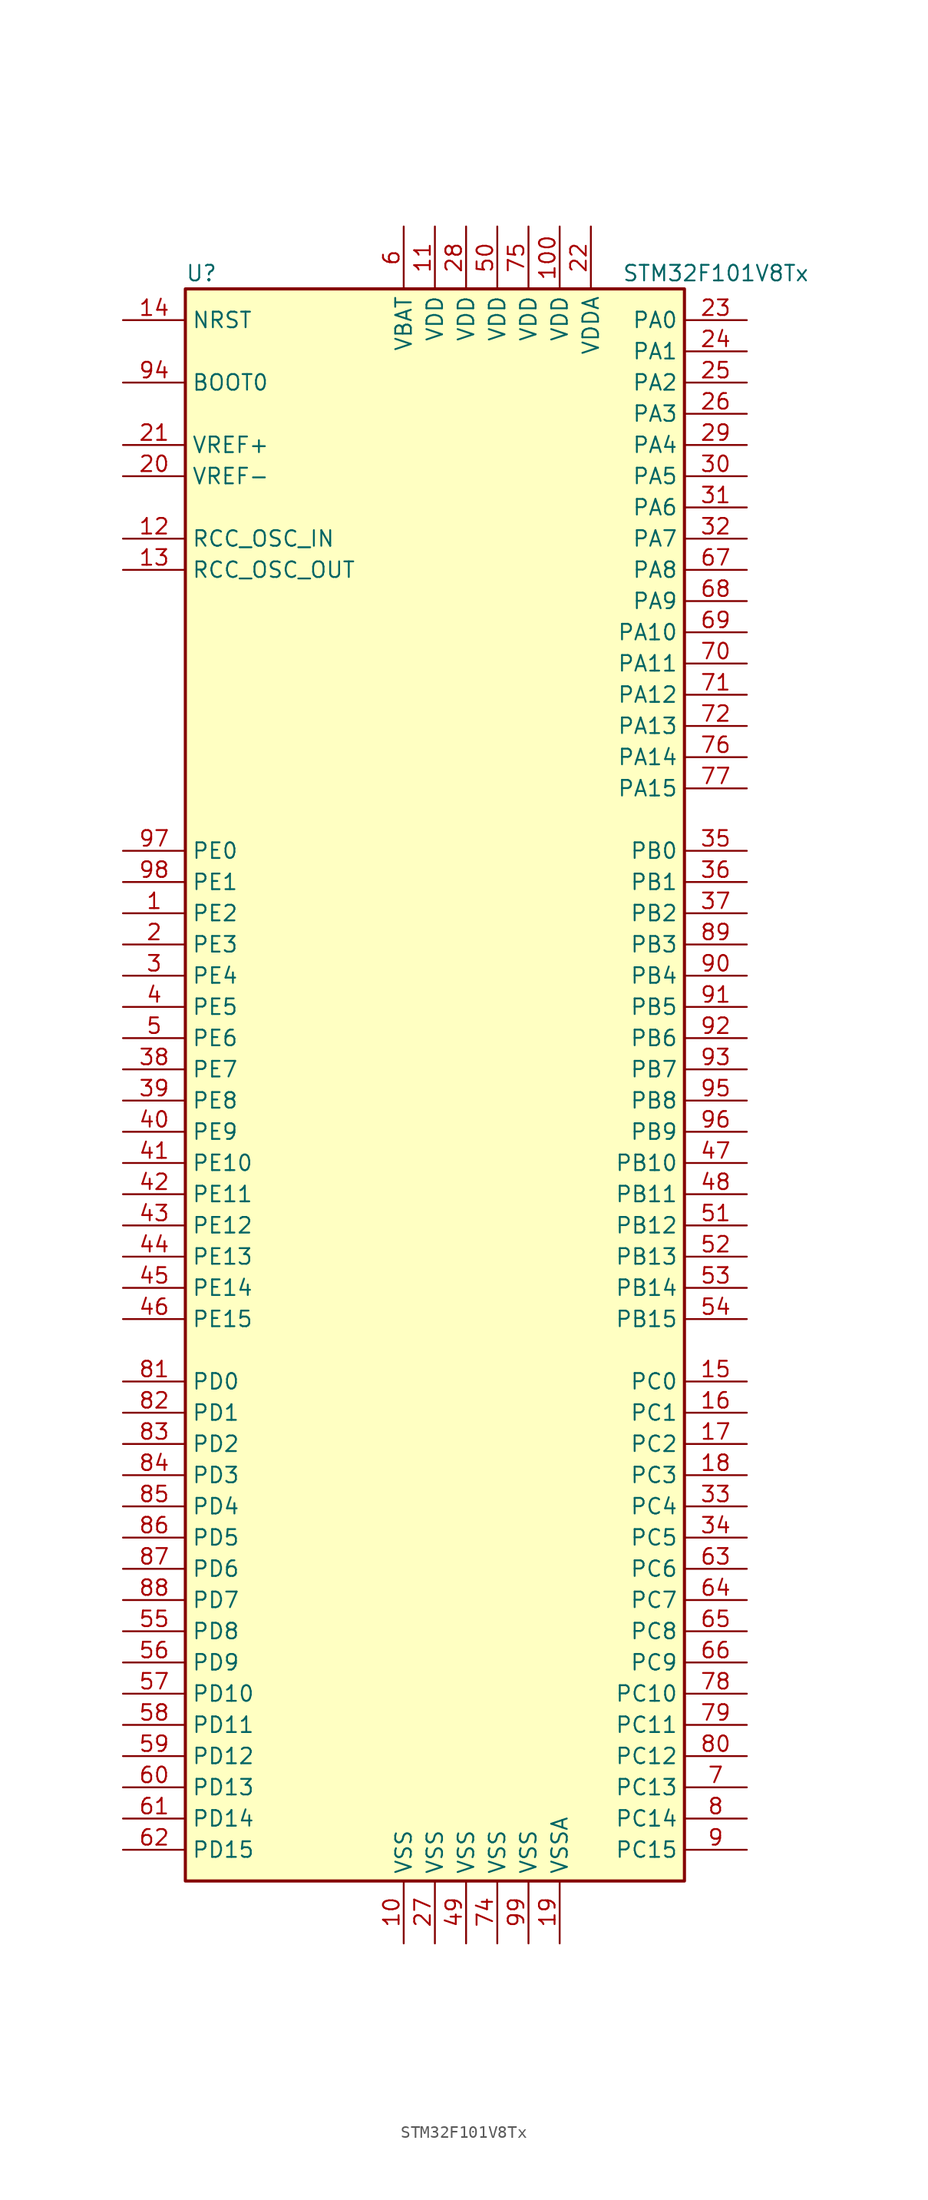
<source format=kicad_sym>
(kicad_symbol_lib
  (version 20201005)
  (generator kicad_symbol_editor)
  (symbol "STM32F101V8Tx"
    (property "Reference" "U"
      (at -20.32 64.77 0)
      (effects (font (size 1.27 1.27)) (justify left)))
    (property "Value" "STM32F101V8Tx"
      (at 15.24 64.77 0)
      (effects (font (size 1.27 1.27)) (justify left)))
    (symbol "STM32F101V8Tx_0_1"
      (rectangle (start -20.32 -66.04) (end 20.32 63.5) (stroke (width 0.254)) (fill (type background))))
    (symbol "STM32F101V8Tx_1_1"
      (pin bidirectional line (at -25.4 12.7 0) (length 5.08) (name "PE2" (effects (font (size 1.27 1.27)))) (number "1" (effects (font (size 1.27 1.27)))))
      (pin power_in line (at -2.54 -71.12 90) (length 5.08) (name "VSS" (effects (font (size 1.27 1.27)))) (number "10" (effects (font (size 1.27 1.27)))))
      (pin power_in line (at 10.16 68.58 270) (length 5.08) (name "VDD" (effects (font (size 1.27 1.27)))) (number "100" (effects (font (size 1.27 1.27)))))
      (pin power_in line (at 0 68.58 270) (length 5.08) (name "VDD" (effects (font (size 1.27 1.27)))) (number "11" (effects (font (size 1.27 1.27)))))
      (pin input line (at -25.4 43.18 0) (length 5.08) (name "RCC_OSC_IN" (effects (font (size 1.27 1.27)))) (number "12" (effects (font (size 1.27 1.27)))))
      (pin input line (at -25.4 40.64 0) (length 5.08) (name "RCC_OSC_OUT" (effects (font (size 1.27 1.27)))) (number "13" (effects (font (size 1.27 1.27)))))
      (pin input line (at -25.4 60.96 0) (length 5.08) (name "NRST" (effects (font (size 1.27 1.27)))) (number "14" (effects (font (size 1.27 1.27)))))
      (pin bidirectional line (at 25.4 -25.4 180) (length 5.08) (name "PC0" (effects (font (size 1.27 1.27)))) (number "15" (effects (font (size 1.27 1.27)))))
      (pin bidirectional line (at 25.4 -27.94 180) (length 5.08) (name "PC1" (effects (font (size 1.27 1.27)))) (number "16" (effects (font (size 1.27 1.27)))))
      (pin bidirectional line (at 25.4 -30.48 180) (length 5.08) (name "PC2" (effects (font (size 1.27 1.27)))) (number "17" (effects (font (size 1.27 1.27)))))
      (pin bidirectional line (at 25.4 -33.02 180) (length 5.08) (name "PC3" (effects (font (size 1.27 1.27)))) (number "18" (effects (font (size 1.27 1.27)))))
      (pin power_in line (at 10.16 -71.12 90) (length 5.08) (name "VSSA" (effects (font (size 1.27 1.27)))) (number "19" (effects (font (size 1.27 1.27)))))
      (pin bidirectional line (at -25.4 10.16 0) (length 5.08) (name "PE3" (effects (font (size 1.27 1.27)))) (number "2" (effects (font (size 1.27 1.27)))))
      (pin power_in line (at -25.4 48.26 0) (length 5.08) (name "VREF-" (effects (font (size 1.27 1.27)))) (number "20" (effects (font (size 1.27 1.27)))))
      (pin power_in line (at -25.4 50.8 0) (length 5.08) (name "VREF+" (effects (font (size 1.27 1.27)))) (number "21" (effects (font (size 1.27 1.27)))))
      (pin power_in line (at 12.7 68.58 270) (length 5.08) (name "VDDA" (effects (font (size 1.27 1.27)))) (number "22" (effects (font (size 1.27 1.27)))))
      (pin bidirectional line (at 25.4 60.96 180) (length 5.08) (name "PA0" (effects (font (size 1.27 1.27)))) (number "23" (effects (font (size 1.27 1.27)))))
      (pin bidirectional line (at 25.4 58.42 180) (length 5.08) (name "PA1" (effects (font (size 1.27 1.27)))) (number "24" (effects (font (size 1.27 1.27)))))
      (pin bidirectional line (at 25.4 55.88 180) (length 5.08) (name "PA2" (effects (font (size 1.27 1.27)))) (number "25" (effects (font (size 1.27 1.27)))))
      (pin bidirectional line (at 25.4 53.34 180) (length 5.08) (name "PA3" (effects (font (size 1.27 1.27)))) (number "26" (effects (font (size 1.27 1.27)))))
      (pin power_in line (at 0 -71.12 90) (length 5.08) (name "VSS" (effects (font (size 1.27 1.27)))) (number "27" (effects (font (size 1.27 1.27)))))
      (pin power_in line (at 2.54 68.58 270) (length 5.08) (name "VDD" (effects (font (size 1.27 1.27)))) (number "28" (effects (font (size 1.27 1.27)))))
      (pin bidirectional line (at 25.4 50.8 180) (length 5.08) (name "PA4" (effects (font (size 1.27 1.27)))) (number "29" (effects (font (size 1.27 1.27)))))
      (pin bidirectional line (at -25.4 7.62 0) (length 5.08) (name "PE4" (effects (font (size 1.27 1.27)))) (number "3" (effects (font (size 1.27 1.27)))))
      (pin bidirectional line (at 25.4 48.26 180) (length 5.08) (name "PA5" (effects (font (size 1.27 1.27)))) (number "30" (effects (font (size 1.27 1.27)))))
      (pin bidirectional line (at 25.4 45.72 180) (length 5.08) (name "PA6" (effects (font (size 1.27 1.27)))) (number "31" (effects (font (size 1.27 1.27)))))
      (pin bidirectional line (at 25.4 43.18 180) (length 5.08) (name "PA7" (effects (font (size 1.27 1.27)))) (number "32" (effects (font (size 1.27 1.27)))))
      (pin bidirectional line (at 25.4 -35.56 180) (length 5.08) (name "PC4" (effects (font (size 1.27 1.27)))) (number "33" (effects (font (size 1.27 1.27)))))
      (pin bidirectional line (at 25.4 -38.1 180) (length 5.08) (name "PC5" (effects (font (size 1.27 1.27)))) (number "34" (effects (font (size 1.27 1.27)))))
      (pin bidirectional line (at 25.4 17.78 180) (length 5.08) (name "PB0" (effects (font (size 1.27 1.27)))) (number "35" (effects (font (size 1.27 1.27)))))
      (pin bidirectional line (at 25.4 15.24 180) (length 5.08) (name "PB1" (effects (font (size 1.27 1.27)))) (number "36" (effects (font (size 1.27 1.27)))))
      (pin bidirectional line (at 25.4 12.7 180) (length 5.08) (name "PB2" (effects (font (size 1.27 1.27)))) (number "37" (effects (font (size 1.27 1.27)))))
      (pin bidirectional line (at -25.4 0 0) (length 5.08) (name "PE7" (effects (font (size 1.27 1.27)))) (number "38" (effects (font (size 1.27 1.27)))))
      (pin bidirectional line (at -25.4 -2.54 0) (length 5.08) (name "PE8" (effects (font (size 1.27 1.27)))) (number "39" (effects (font (size 1.27 1.27)))))
      (pin bidirectional line (at -25.4 5.08 0) (length 5.08) (name "PE5" (effects (font (size 1.27 1.27)))) (number "4" (effects (font (size 1.27 1.27)))))
      (pin bidirectional line (at -25.4 -5.08 0) (length 5.08) (name "PE9" (effects (font (size 1.27 1.27)))) (number "40" (effects (font (size 1.27 1.27)))))
      (pin bidirectional line (at -25.4 -7.62 0) (length 5.08) (name "PE10" (effects (font (size 1.27 1.27)))) (number "41" (effects (font (size 1.27 1.27)))))
      (pin bidirectional line (at -25.4 -10.16 0) (length 5.08) (name "PE11" (effects (font (size 1.27 1.27)))) (number "42" (effects (font (size 1.27 1.27)))))
      (pin bidirectional line (at -25.4 -12.7 0) (length 5.08) (name "PE12" (effects (font (size 1.27 1.27)))) (number "43" (effects (font (size 1.27 1.27)))))
      (pin bidirectional line (at -25.4 -15.24 0) (length 5.08) (name "PE13" (effects (font (size 1.27 1.27)))) (number "44" (effects (font (size 1.27 1.27)))))
      (pin bidirectional line (at -25.4 -17.78 0) (length 5.08) (name "PE14" (effects (font (size 1.27 1.27)))) (number "45" (effects (font (size 1.27 1.27)))))
      (pin bidirectional line (at -25.4 -20.32 0) (length 5.08) (name "PE15" (effects (font (size 1.27 1.27)))) (number "46" (effects (font (size 1.27 1.27)))))
      (pin bidirectional line (at 25.4 -7.62 180) (length 5.08) (name "PB10" (effects (font (size 1.27 1.27)))) (number "47" (effects (font (size 1.27 1.27)))))
      (pin bidirectional line (at 25.4 -10.16 180) (length 5.08) (name "PB11" (effects (font (size 1.27 1.27)))) (number "48" (effects (font (size 1.27 1.27)))))
      (pin power_in line (at 2.54 -71.12 90) (length 5.08) (name "VSS" (effects (font (size 1.27 1.27)))) (number "49" (effects (font (size 1.27 1.27)))))
      (pin bidirectional line (at -25.4 2.54 0) (length 5.08) (name "PE6" (effects (font (size 1.27 1.27)))) (number "5" (effects (font (size 1.27 1.27)))))
      (pin power_in line (at 5.08 68.58 270) (length 5.08) (name "VDD" (effects (font (size 1.27 1.27)))) (number "50" (effects (font (size 1.27 1.27)))))
      (pin bidirectional line (at 25.4 -12.7 180) (length 5.08) (name "PB12" (effects (font (size 1.27 1.27)))) (number "51" (effects (font (size 1.27 1.27)))))
      (pin bidirectional line (at 25.4 -15.24 180) (length 5.08) (name "PB13" (effects (font (size 1.27 1.27)))) (number "52" (effects (font (size 1.27 1.27)))))
      (pin bidirectional line (at 25.4 -17.78 180) (length 5.08) (name "PB14" (effects (font (size 1.27 1.27)))) (number "53" (effects (font (size 1.27 1.27)))))
      (pin bidirectional line (at 25.4 -20.32 180) (length 5.08) (name "PB15" (effects (font (size 1.27 1.27)))) (number "54" (effects (font (size 1.27 1.27)))))
      (pin bidirectional line (at -25.4 -45.72 0) (length 5.08) (name "PD8" (effects (font (size 1.27 1.27)))) (number "55" (effects (font (size 1.27 1.27)))))
      (pin bidirectional line (at -25.4 -48.26 0) (length 5.08) (name "PD9" (effects (font (size 1.27 1.27)))) (number "56" (effects (font (size 1.27 1.27)))))
      (pin bidirectional line (at -25.4 -50.8 0) (length 5.08) (name "PD10" (effects (font (size 1.27 1.27)))) (number "57" (effects (font (size 1.27 1.27)))))
      (pin bidirectional line (at -25.4 -53.34 0) (length 5.08) (name "PD11" (effects (font (size 1.27 1.27)))) (number "58" (effects (font (size 1.27 1.27)))))
      (pin bidirectional line (at -25.4 -55.88 0) (length 5.08) (name "PD12" (effects (font (size 1.27 1.27)))) (number "59" (effects (font (size 1.27 1.27)))))
      (pin power_in line (at -2.54 68.58 270) (length 5.08) (name "VBAT" (effects (font (size 1.27 1.27)))) (number "6" (effects (font (size 1.27 1.27)))))
      (pin bidirectional line (at -25.4 -58.42 0) (length 5.08) (name "PD13" (effects (font (size 1.27 1.27)))) (number "60" (effects (font (size 1.27 1.27)))))
      (pin bidirectional line (at -25.4 -60.96 0) (length 5.08) (name "PD14" (effects (font (size 1.27 1.27)))) (number "61" (effects (font (size 1.27 1.27)))))
      (pin bidirectional line (at -25.4 -63.5 0) (length 5.08) (name "PD15" (effects (font (size 1.27 1.27)))) (number "62" (effects (font (size 1.27 1.27)))))
      (pin bidirectional line (at 25.4 -40.64 180) (length 5.08) (name "PC6" (effects (font (size 1.27 1.27)))) (number "63" (effects (font (size 1.27 1.27)))))
      (pin bidirectional line (at 25.4 -43.18 180) (length 5.08) (name "PC7" (effects (font (size 1.27 1.27)))) (number "64" (effects (font (size 1.27 1.27)))))
      (pin bidirectional line (at 25.4 -45.72 180) (length 5.08) (name "PC8" (effects (font (size 1.27 1.27)))) (number "65" (effects (font (size 1.27 1.27)))))
      (pin bidirectional line (at 25.4 -48.26 180) (length 5.08) (name "PC9" (effects (font (size 1.27 1.27)))) (number "66" (effects (font (size 1.27 1.27)))))
      (pin bidirectional line (at 25.4 40.64 180) (length 5.08) (name "PA8" (effects (font (size 1.27 1.27)))) (number "67" (effects (font (size 1.27 1.27)))))
      (pin bidirectional line (at 25.4 38.1 180) (length 5.08) (name "PA9" (effects (font (size 1.27 1.27)))) (number "68" (effects (font (size 1.27 1.27)))))
      (pin bidirectional line (at 25.4 35.56 180) (length 5.08) (name "PA10" (effects (font (size 1.27 1.27)))) (number "69" (effects (font (size 1.27 1.27)))))
      (pin bidirectional line (at 25.4 -58.42 180) (length 5.08) (name "PC13" (effects (font (size 1.27 1.27)))) (number "7" (effects (font (size 1.27 1.27)))))
      (pin bidirectional line (at 25.4 33.02 180) (length 5.08) (name "PA11" (effects (font (size 1.27 1.27)))) (number "70" (effects (font (size 1.27 1.27)))))
      (pin bidirectional line (at 25.4 30.48 180) (length 5.08) (name "PA12" (effects (font (size 1.27 1.27)))) (number "71" (effects (font (size 1.27 1.27)))))
      (pin bidirectional line (at 25.4 27.94 180) (length 5.08) (name "PA13" (effects (font (size 1.27 1.27)))) (number "72" (effects (font (size 1.27 1.27)))))
      (pin no_connect line (at -20.32 -63.5 0) (length 5.08) hide (name "NC" (effects (font (size 1.27 1.27)))) (number "73" (effects (font (size 1.27 1.27)))))
      (pin power_in line (at 5.08 -71.12 90) (length 5.08) (name "VSS" (effects (font (size 1.27 1.27)))) (number "74" (effects (font (size 1.27 1.27)))))
      (pin power_in line (at 7.62 68.58 270) (length 5.08) (name "VDD" (effects (font (size 1.27 1.27)))) (number "75" (effects (font (size 1.27 1.27)))))
      (pin bidirectional line (at 25.4 25.4 180) (length 5.08) (name "PA14" (effects (font (size 1.27 1.27)))) (number "76" (effects (font (size 1.27 1.27)))))
      (pin bidirectional line (at 25.4 22.86 180) (length 5.08) (name "PA15" (effects (font (size 1.27 1.27)))) (number "77" (effects (font (size 1.27 1.27)))))
      (pin bidirectional line (at 25.4 -50.8 180) (length 5.08) (name "PC10" (effects (font (size 1.27 1.27)))) (number "78" (effects (font (size 1.27 1.27)))))
      (pin bidirectional line (at 25.4 -53.34 180) (length 5.08) (name "PC11" (effects (font (size 1.27 1.27)))) (number "79" (effects (font (size 1.27 1.27)))))
      (pin bidirectional line (at 25.4 -60.96 180) (length 5.08) (name "PC14" (effects (font (size 1.27 1.27)))) (number "8" (effects (font (size 1.27 1.27)))))
      (pin bidirectional line (at 25.4 -55.88 180) (length 5.08) (name "PC12" (effects (font (size 1.27 1.27)))) (number "80" (effects (font (size 1.27 1.27)))))
      (pin bidirectional line (at -25.4 -25.4 0) (length 5.08) (name "PD0" (effects (font (size 1.27 1.27)))) (number "81" (effects (font (size 1.27 1.27)))))
      (pin bidirectional line (at -25.4 -27.94 0) (length 5.08) (name "PD1" (effects (font (size 1.27 1.27)))) (number "82" (effects (font (size 1.27 1.27)))))
      (pin bidirectional line (at -25.4 -30.48 0) (length 5.08) (name "PD2" (effects (font (size 1.27 1.27)))) (number "83" (effects (font (size 1.27 1.27)))))
      (pin bidirectional line (at -25.4 -33.02 0) (length 5.08) (name "PD3" (effects (font (size 1.27 1.27)))) (number "84" (effects (font (size 1.27 1.27)))))
      (pin bidirectional line (at -25.4 -35.56 0) (length 5.08) (name "PD4" (effects (font (size 1.27 1.27)))) (number "85" (effects (font (size 1.27 1.27)))))
      (pin bidirectional line (at -25.4 -38.1 0) (length 5.08) (name "PD5" (effects (font (size 1.27 1.27)))) (number "86" (effects (font (size 1.27 1.27)))))
      (pin bidirectional line (at -25.4 -40.64 0) (length 5.08) (name "PD6" (effects (font (size 1.27 1.27)))) (number "87" (effects (font (size 1.27 1.27)))))
      (pin bidirectional line (at -25.4 -43.18 0) (length 5.08) (name "PD7" (effects (font (size 1.27 1.27)))) (number "88" (effects (font (size 1.27 1.27)))))
      (pin bidirectional line (at 25.4 10.16 180) (length 5.08) (name "PB3" (effects (font (size 1.27 1.27)))) (number "89" (effects (font (size 1.27 1.27)))))
      (pin bidirectional line (at 25.4 -63.5 180) (length 5.08) (name "PC15" (effects (font (size 1.27 1.27)))) (number "9" (effects (font (size 1.27 1.27)))))
      (pin bidirectional line (at 25.4 7.62 180) (length 5.08) (name "PB4" (effects (font (size 1.27 1.27)))) (number "90" (effects (font (size 1.27 1.27)))))
      (pin bidirectional line (at 25.4 5.08 180) (length 5.08) (name "PB5" (effects (font (size 1.27 1.27)))) (number "91" (effects (font (size 1.27 1.27)))))
      (pin bidirectional line (at 25.4 2.54 180) (length 5.08) (name "PB6" (effects (font (size 1.27 1.27)))) (number "92" (effects (font (size 1.27 1.27)))))
      (pin bidirectional line (at 25.4 0 180) (length 5.08) (name "PB7" (effects (font (size 1.27 1.27)))) (number "93" (effects (font (size 1.27 1.27)))))
      (pin input line (at -25.4 55.88 0) (length 5.08) (name "BOOT0" (effects (font (size 1.27 1.27)))) (number "94" (effects (font (size 1.27 1.27)))))
      (pin bidirectional line (at 25.4 -2.54 180) (length 5.08) (name "PB8" (effects (font (size 1.27 1.27)))) (number "95" (effects (font (size 1.27 1.27)))))
      (pin bidirectional line (at 25.4 -5.08 180) (length 5.08) (name "PB9" (effects (font (size 1.27 1.27)))) (number "96" (effects (font (size 1.27 1.27)))))
      (pin bidirectional line (at -25.4 17.78 0) (length 5.08) (name "PE0" (effects (font (size 1.27 1.27)))) (number "97" (effects (font (size 1.27 1.27)))))
      (pin bidirectional line (at -25.4 15.24 0) (length 5.08) (name "PE1" (effects (font (size 1.27 1.27)))) (number "98" (effects (font (size 1.27 1.27)))))
      (pin power_in line (at 7.62 -71.12 90) (length 5.08) (name "VSS" (effects (font (size 1.27 1.27)))) (number "99" (effects (font (size 1.27 1.27))))))))
</source>
